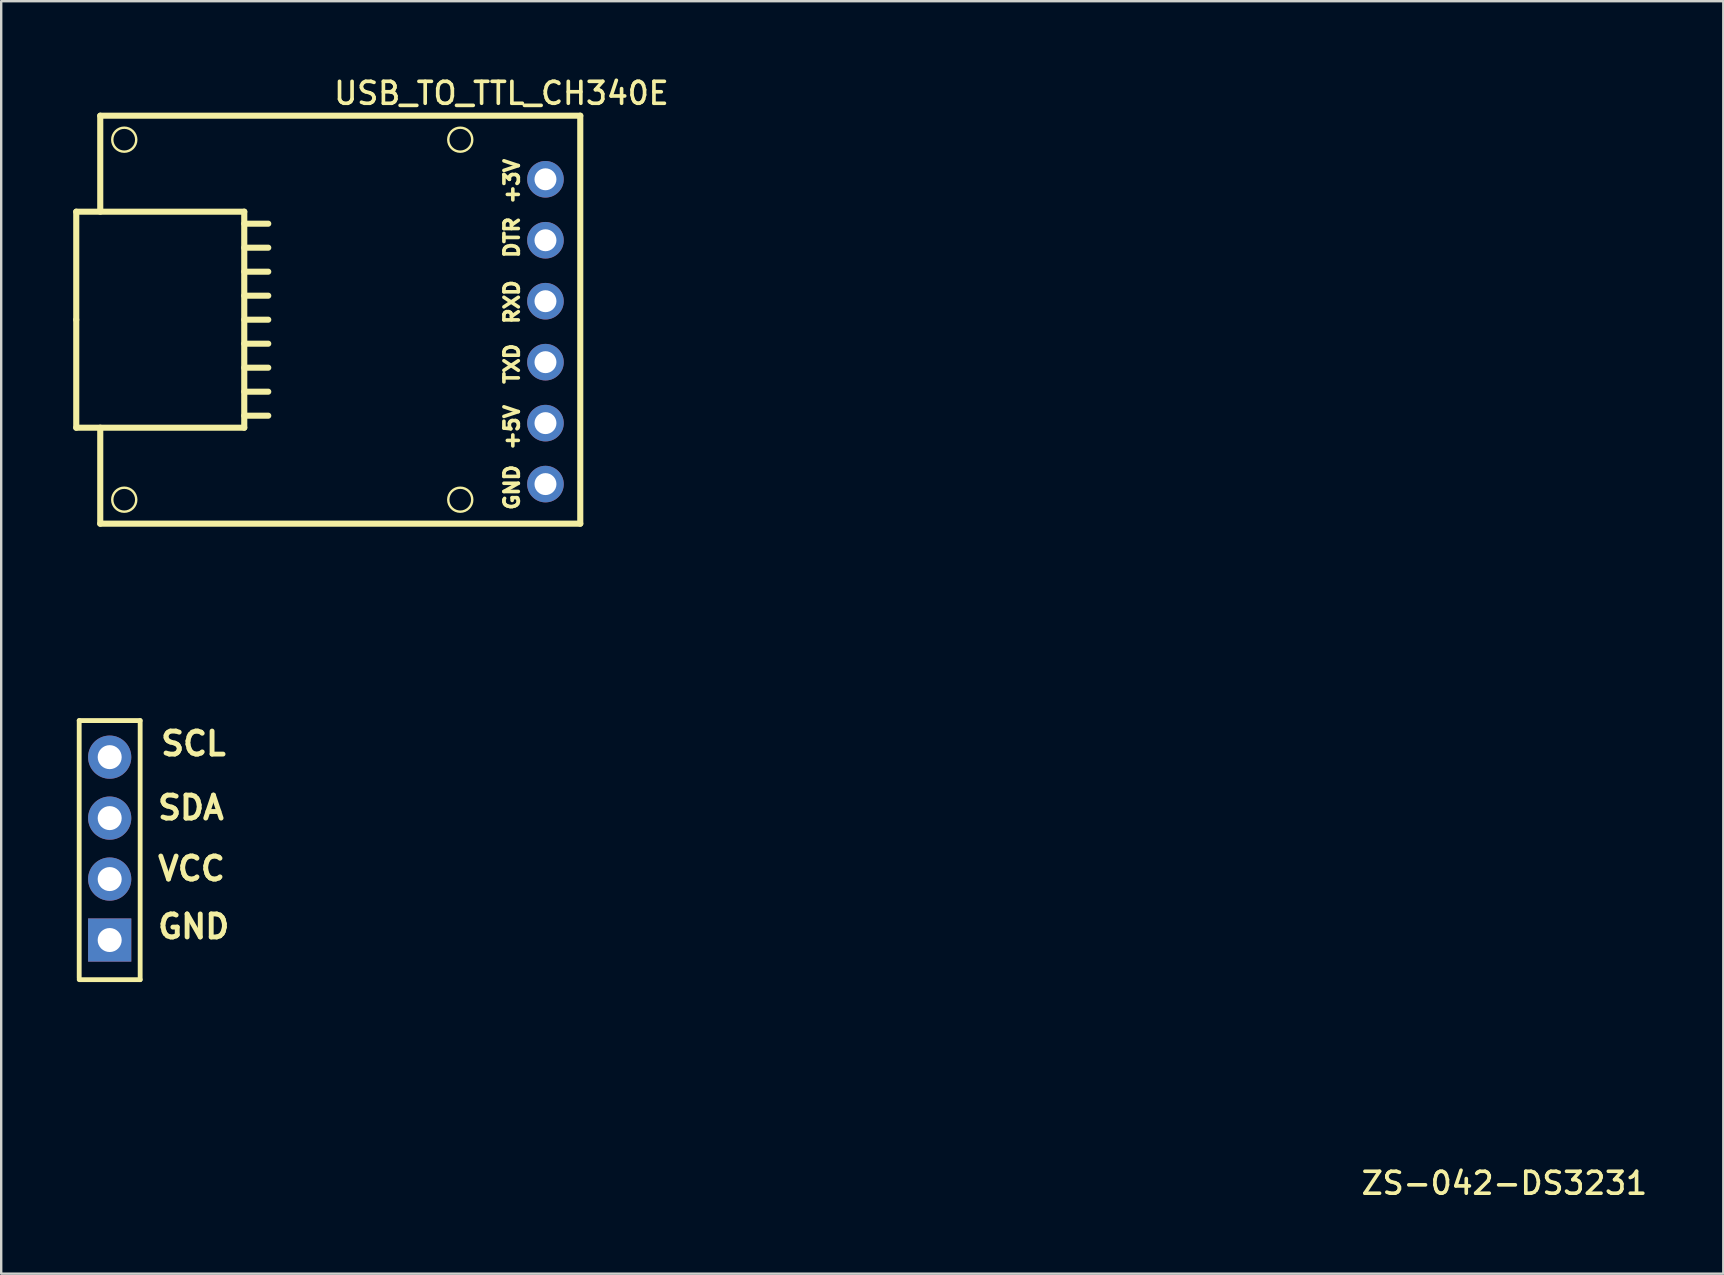
<source format=kicad_pcb>
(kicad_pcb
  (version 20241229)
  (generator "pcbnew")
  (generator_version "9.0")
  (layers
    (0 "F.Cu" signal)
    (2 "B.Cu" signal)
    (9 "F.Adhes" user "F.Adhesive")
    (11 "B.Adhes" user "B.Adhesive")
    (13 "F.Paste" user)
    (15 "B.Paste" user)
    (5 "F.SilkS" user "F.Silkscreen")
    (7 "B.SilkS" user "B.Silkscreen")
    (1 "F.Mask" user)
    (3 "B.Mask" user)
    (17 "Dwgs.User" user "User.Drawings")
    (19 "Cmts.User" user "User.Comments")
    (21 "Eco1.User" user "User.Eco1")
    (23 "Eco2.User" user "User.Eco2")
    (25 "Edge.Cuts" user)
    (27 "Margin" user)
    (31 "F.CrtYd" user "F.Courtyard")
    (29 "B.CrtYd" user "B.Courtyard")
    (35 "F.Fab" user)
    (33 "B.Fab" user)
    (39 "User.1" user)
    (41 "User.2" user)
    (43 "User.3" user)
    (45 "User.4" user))
  (footprint "ZS-042-DS3231"
    (layer "F.Cu")
    (at 0.25 22.147)
    (property "Reference" "ZS-042-DS3231" (at 53.34 24.638 0) (unlocked yes) (layer "F.SilkS") (effects (font (size 0.914 0.914) (thickness 0.152)) (justify left bottom)))
    (fp_line (start 0 15.557) (end 0 4.826) (stroke (width 0.201) (type default)) (layer "F.SilkS"))
    (fp_line (start 2.54 4.826) (end 0 4.826) (stroke (width 0.201) (type default)) (layer "F.SilkS"))
    (fp_line (start 2.54 15.621) (end 0 15.621) (stroke (width 0.201) (type default)) (layer "F.SilkS"))
    (fp_line (start 2.54 15.621) (end 2.54 4.826) (stroke (width 0.201) (type default)) (layer "F.SilkS"))
    (fp_text user "SCL" (at 3.302 6.35 0) (unlocked yes) (layer "F.SilkS") (effects (font (size 0.959 0.959) (thickness 0.203)) (justify left bottom)))
    (fp_text user "GND" (at 3.175 13.97 0) (unlocked yes) (layer "F.SilkS") (effects (font (size 0.959 0.959) (thickness 0.203)) (justify left bottom)))
    (fp_text user "SDA" (at 3.175 9.017 0) (unlocked yes) (layer "F.SilkS") (effects (font (size 0.959 0.959) (thickness 0.203)) (justify left bottom)))
    (fp_text user "VCC" (at 3.175 11.557 0) (unlocked yes) (layer "F.SilkS") (effects (font (size 0.959 0.959) (thickness 0.203)) (justify left bottom)))
    (pad "1" thru_hole oval (at 1.27 6.35 90) (size 1.8 1.8) (drill 1) (layers "*.Cu" "*.Mask"))
    (pad "2" thru_hole oval (at 1.27 8.89 90) (size 1.8 1.8) (drill 1) (layers "*.Cu" "*.Mask"))
    (pad "3" thru_hole oval (at 1.27 11.43 90) (size 1.8 1.8) (drill 1) (layers "*.Cu" "*.Mask"))
    (pad "4" thru_hole rect (at 1.27 13.97 90) (size 1.8 1.8) (drill 1) (layers "*.Cu" "*.Mask")))
  (footprint "USB_TO_TTL_CH340E"
    (layer "F.Cu")
    (at 1.127 10.77)
    (property "Reference" "USB_TO_TTL_CH340E" (at 9.652 -9.398 0) (unlocked yes) (layer "F.SilkS") (effects (font (size 0.914 0.914) (thickness 0.152)) (justify left bottom)))
    (fp_line (start -1 -5) (end 6 -5) (stroke (width 0.254) (type default)) (layer "F.SilkS"))
    (fp_line (start -1 -0.5) (end -1 -5) (stroke (width 0.254) (type default)) (layer "F.SilkS"))
    (fp_line (start -1 4) (end -1 -0.5) (stroke (width 0.254) (type default)) (layer "F.SilkS"))
    (fp_line (start 0 -8.999) (end 20 -8.999) (stroke (width 0.254) (type default)) (layer "F.SilkS"))
    (fp_line (start 0 -5) (end 0 -8.999) (stroke (width 0.254) (type default)) (layer "F.SilkS"))
    (fp_line (start 0 8) (end 0 4) (stroke (width 0.254) (type default)) (layer "F.SilkS"))
    (fp_line (start 6 -5) (end 6 4) (stroke (width 0.254) (type default)) (layer "F.SilkS"))
    (fp_line (start 6 4) (end -1 4) (stroke (width 0.254) (type default)) (layer "F.SilkS"))
    (fp_line (start 7 -4.5) (end 6 -4.5) (stroke (width 0.254) (type default)) (layer "F.SilkS"))
    (fp_line (start 7 -3.5) (end 6 -3.5) (stroke (width 0.254) (type default)) (layer "F.SilkS"))
    (fp_line (start 7 -2.5) (end 6 -2.5) (stroke (width 0.254) (type default)) (layer "F.SilkS"))
    (fp_line (start 7 -1.5) (end 6 -1.5) (stroke (width 0.254) (type default)) (layer "F.SilkS"))
    (fp_line (start 7 -0.5) (end 6 -0.5) (stroke (width 0.254) (type default)) (layer "F.SilkS"))
    (fp_line (start 7 0.5) (end 6 0.5) (stroke (width 0.254) (type default)) (layer "F.SilkS"))
    (fp_line (start 7 1.5) (end 6 1.5) (stroke (width 0.254) (type default)) (layer "F.SilkS"))
    (fp_line (start 7 2.5) (end 6 2.5) (stroke (width 0.254) (type default)) (layer "F.SilkS"))
    (fp_line (start 7 3.5) (end 6 3.5) (stroke (width 0.254) (type default)) (layer "F.SilkS"))
    (fp_line (start 20 7.999) (end 0 7.999) (stroke (width 0.254) (type default)) (layer "F.SilkS"))
    (fp_line (start 20 -8.999) (end 20 8) (stroke (width 0.254) (type default)) (layer "F.SilkS"))
    (fp_circle (center 1 -8) (end 0.5 -8) (stroke (width 0.1) (type default)) (fill no) (layer "F.SilkS"))
    (fp_circle (center 1 7) (end 1.5 7) (stroke (width 0.1) (type default)) (fill no) (layer "F.SilkS"))
    (fp_circle (center 15 -8) (end 14.5 -8) (stroke (width 0.1) (type default)) (fill no) (layer "F.SilkS"))
    (fp_circle (center 15 7) (end 15.5 7) (stroke (width 0.1) (type default)) (fill no) (layer "F.SilkS"))
    (fp_text user "+3V" (at 17.5 -5.25 90) (unlocked yes) (layer "F.SilkS") (effects (font (size 0.6 0.6) (thickness 0.15)) (justify left bottom)))
    (fp_text user "GND" (at 17.5 7.5 90) (unlocked yes) (layer "F.SilkS") (effects (font (size 0.6 0.6) (thickness 0.15)) (justify left bottom)))
    (fp_text user "+5V" (at 17.5 5 90) (unlocked yes) (layer "F.SilkS") (effects (font (size 0.6 0.6) (thickness 0.15)) (justify left bottom)))
    (fp_text user "DTR" (at 17.5 -3 90) (unlocked yes) (layer "F.SilkS") (effects (font (size 0.6 0.6) (thickness 0.15)) (justify left bottom)))
    (fp_text user "TXD" (at 17.5 2.25 90) (unlocked yes) (layer "F.SilkS") (effects (font (size 0.6 0.6) (thickness 0.15)) (justify left bottom)))
    (fp_text user "RXD" (at 17.5 -0.25 90) (unlocked yes) (layer "F.SilkS") (effects (font (size 0.6 0.6) (thickness 0.15)) (justify left bottom)))
    (pad "1" thru_hole oval (at 18.55 -6.35) (size 1.524 1.524) (drill 0.914) (layers "*.Cu" "*.Mask"))
    (pad "2" thru_hole oval (at 18.55 -3.81) (size 1.524 1.524) (drill 0.914) (layers "*.Cu" "*.Mask"))
    (pad "3" thru_hole oval (at 18.55 -1.27) (size 1.524 1.524) (drill 0.914) (layers "*.Cu" "*.Mask"))
    (pad "4" thru_hole oval (at 18.55 1.27) (size 1.524 1.524) (drill 0.914) (layers "*.Cu" "*.Mask"))
    (pad "5" thru_hole oval (at 18.55 3.81) (size 1.524 1.524) (drill 0.914) (layers "*.Cu" "*.Mask"))
    (pad "6" thru_hole oval (at 18.55 6.35) (size 1.524 1.524) (drill 0.914) (layers "*.Cu" "*.Mask")))
  (gr_rect
    (start -3 -3)
    (end 68.752 50.018)
    (stroke (width 0.1) (type default))
    (fill no)
    (layer "Edge.Cuts")))
</source>
